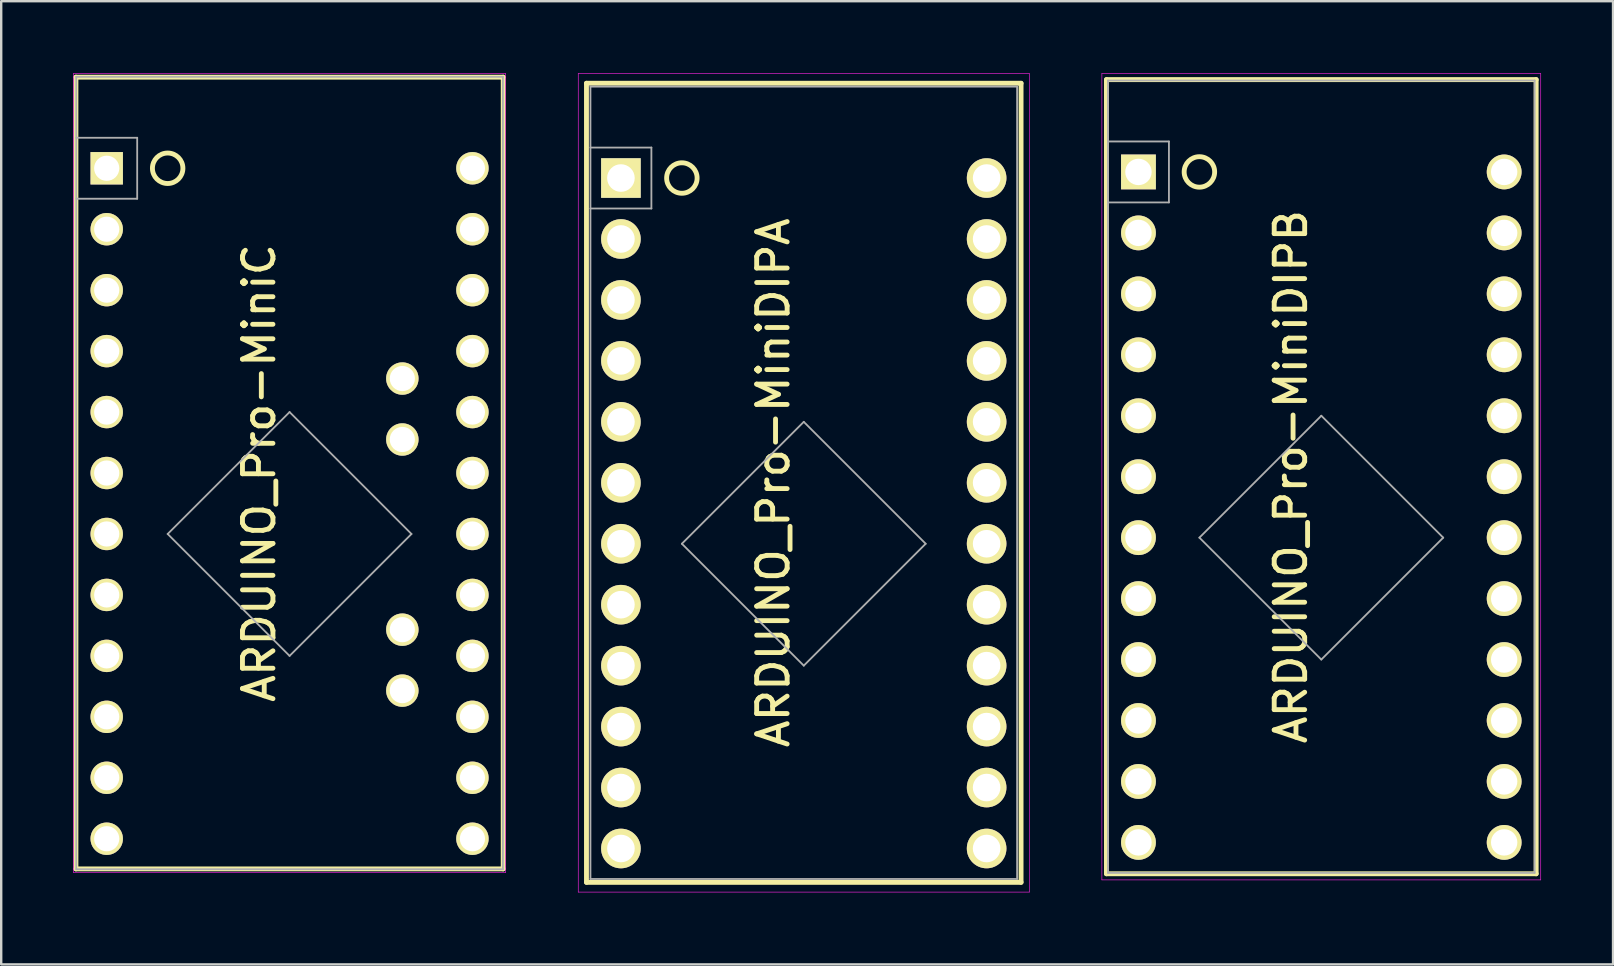
<source format=kicad_pcb>
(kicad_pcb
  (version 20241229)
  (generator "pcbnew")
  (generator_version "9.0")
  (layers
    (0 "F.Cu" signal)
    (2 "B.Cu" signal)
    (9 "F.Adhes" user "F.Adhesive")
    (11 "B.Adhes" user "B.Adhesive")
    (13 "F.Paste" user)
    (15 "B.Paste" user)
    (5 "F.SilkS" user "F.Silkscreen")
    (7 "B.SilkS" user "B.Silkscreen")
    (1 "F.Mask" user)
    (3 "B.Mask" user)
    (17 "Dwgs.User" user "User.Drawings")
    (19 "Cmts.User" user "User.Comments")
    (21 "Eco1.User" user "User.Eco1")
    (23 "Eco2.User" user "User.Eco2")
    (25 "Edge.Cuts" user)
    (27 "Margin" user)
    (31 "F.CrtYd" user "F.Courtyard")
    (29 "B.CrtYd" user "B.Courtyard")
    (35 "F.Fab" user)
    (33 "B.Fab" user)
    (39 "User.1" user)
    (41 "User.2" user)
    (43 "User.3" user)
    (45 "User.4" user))
  (footprint "ARDUINO_Pro-MiniC"
    (layer "F.Cu")
    (at 9.017 16.662)
    (property "Reference" "ARDUINO_Pro-MiniC" (at -1.27 0 90) (layer "F.SilkS") (effects (font (size 1.27 1.27) (thickness 0.203))))
    (attr through_hole)
    (fp_line (start -8.903 -16.497) (end 8.903 -16.497) (stroke (width 0.203) (type solid)) (layer "F.SilkS"))
    (fp_line (start -8.903 16.497) (end -8.903 -16.497) (stroke (width 0.203) (type solid)) (layer "F.SilkS"))
    (fp_line (start 8.903 -16.497) (end 8.903 16.497) (stroke (width 0.203) (type solid)) (layer "F.SilkS"))
    (fp_line (start 8.903 16.497) (end -8.903 16.497) (stroke (width 0.203) (type solid)) (layer "F.SilkS"))
    (fp_circle (center -5.08 -12.7) (end -4.445 -12.7) (stroke (width 0.203) (type solid)) (fill no) (layer "F.SilkS"))
    (fp_line (start -9.004 -16.65) (end 9.004 -16.65) (stroke (width 0.025) (type solid)) (layer "F.CrtYd"))
    (fp_line (start -9.004 16.65) (end -9.004 -16.65) (stroke (width 0.025) (type solid)) (layer "F.CrtYd"))
    (fp_line (start 9.004 -16.65) (end 9.004 16.65) (stroke (width 0.025) (type solid)) (layer "F.CrtYd"))
    (fp_line (start 9.004 16.65) (end -9.004 16.65) (stroke (width 0.025) (type solid)) (layer "F.CrtYd"))
    (fp_line (start -8.89 -16.51) (end 8.89 -16.51) (stroke (width 0.076) (type solid)) (layer "F.Fab"))
    (fp_line (start -8.89 -13.97) (end -6.35 -13.97) (stroke (width 0.076) (type solid)) (layer "F.Fab"))
    (fp_line (start -8.89 16.51) (end -8.89 -16.51) (stroke (width 0.076) (type solid)) (layer "F.Fab"))
    (fp_line (start -6.35 -13.97) (end -6.35 -11.43) (stroke (width 0.076) (type solid)) (layer "F.Fab"))
    (fp_line (start -6.35 -11.43) (end -8.89 -11.43) (stroke (width 0.076) (type solid)) (layer "F.Fab"))
    (fp_line (start -5.08 2.54) (end 0 7.62) (stroke (width 0.076) (type solid)) (layer "F.Fab"))
    (fp_line (start 0 -2.54) (end -5.08 2.54) (stroke (width 0.076) (type solid)) (layer "F.Fab"))
    (fp_line (start 0 7.62) (end 5.08 2.54) (stroke (width 0.076) (type solid)) (layer "F.Fab"))
    (fp_line (start 5.08 2.54) (end 0 -2.54) (stroke (width 0.076) (type solid)) (layer "F.Fab"))
    (fp_line (start 8.89 -16.51) (end 8.89 16.51) (stroke (width 0.076) (type solid)) (layer "F.Fab"))
    (fp_line (start 8.89 16.51) (end -8.89 16.51) (stroke (width 0.076) (type solid)) (layer "F.Fab"))
    (pad "1" thru_hole rect (at -7.62 -12.7) (size 1.35 1.35) (drill 1.05) (layers "*.Cu" "*.Mask" "F.SilkS"))
    (pad "2" thru_hole circle (at -7.62 -10.16) (size 1.35 1.35) (drill 1.05) (layers "*.Cu" "*.Mask" "F.SilkS"))
    (pad "3" thru_hole circle (at -7.62 -7.62) (size 1.35 1.35) (drill 1.05) (layers "*.Cu" "*.Mask" "F.SilkS"))
    (pad "4" thru_hole circle (at -7.62 -5.08) (size 1.35 1.35) (drill 1.05) (layers "*.Cu" "*.Mask" "F.SilkS"))
    (pad "5" thru_hole circle (at -7.62 -2.54) (size 1.35 1.35) (drill 1.05) (layers "*.Cu" "*.Mask" "F.SilkS"))
    (pad "6" thru_hole circle (at -7.62 0) (size 1.35 1.35) (drill 1.05) (layers "*.Cu" "*.Mask" "F.SilkS"))
    (pad "7" thru_hole circle (at -7.62 2.54) (size 1.35 1.35) (drill 1.05) (layers "*.Cu" "*.Mask" "F.SilkS"))
    (pad "8" thru_hole circle (at -7.62 5.08) (size 1.35 1.35) (drill 1.05) (layers "*.Cu" "*.Mask" "F.SilkS"))
    (pad "9" thru_hole circle (at -7.62 7.62) (size 1.35 1.35) (drill 1.05) (layers "*.Cu" "*.Mask" "F.SilkS"))
    (pad "10" thru_hole circle (at -7.62 10.16) (size 1.35 1.35) (drill 1.05) (layers "*.Cu" "*.Mask" "F.SilkS"))
    (pad "11" thru_hole circle (at -7.62 12.7) (size 1.35 1.35) (drill 1.05) (layers "*.Cu" "*.Mask" "F.SilkS"))
    (pad "12" thru_hole circle (at -7.62 15.24) (size 1.35 1.35) (drill 1.05) (layers "*.Cu" "*.Mask" "F.SilkS"))
    (pad "13" thru_hole circle (at 7.62 15.24) (size 1.35 1.35) (drill 1.05) (layers "*.Cu" "*.Mask" "F.SilkS"))
    (pad "14" thru_hole circle (at 7.62 12.7) (size 1.35 1.35) (drill 1.05) (layers "*.Cu" "*.Mask" "F.SilkS"))
    (pad "15" thru_hole circle (at 7.62 10.16) (size 1.35 1.35) (drill 1.05) (layers "*.Cu" "*.Mask" "F.SilkS"))
    (pad "16" thru_hole circle (at 7.62 7.62) (size 1.35 1.35) (drill 1.05) (layers "*.Cu" "*.Mask" "F.SilkS"))
    (pad "17" thru_hole circle (at 7.62 5.08) (size 1.35 1.35) (drill 1.05) (layers "*.Cu" "*.Mask" "F.SilkS"))
    (pad "18" thru_hole circle (at 7.62 2.54) (size 1.35 1.35) (drill 1.05) (layers "*.Cu" "*.Mask" "F.SilkS"))
    (pad "19" thru_hole circle (at 7.62 0) (size 1.35 1.35) (drill 1.05) (layers "*.Cu" "*.Mask" "F.SilkS"))
    (pad "20" thru_hole circle (at 7.62 -2.54) (size 1.35 1.35) (drill 1.05) (layers "*.Cu" "*.Mask" "F.SilkS"))
    (pad "21" thru_hole circle (at 7.62 -5.08) (size 1.35 1.35) (drill 1.05) (layers "*.Cu" "*.Mask" "F.SilkS"))
    (pad "22" thru_hole circle (at 7.62 -7.62) (size 1.35 1.35) (drill 1.05) (layers "*.Cu" "*.Mask" "F.SilkS"))
    (pad "23" thru_hole circle (at 7.62 -10.16) (size 1.35 1.35) (drill 1.05) (layers "*.Cu" "*.Mask" "F.SilkS"))
    (pad "24" thru_hole circle (at 7.62 -12.7) (size 1.35 1.35) (drill 1.05) (layers "*.Cu" "*.Mask" "F.SilkS"))
    (pad "A4" thru_hole circle (at 4.699 -1.397) (size 1.35 1.35) (drill 1.05) (layers "*.Cu" "*.Mask" "F.SilkS"))
    (pad "A5" thru_hole circle (at 4.699 -3.937) (size 1.35 1.35) (drill 1.05) (layers "*.Cu" "*.Mask" "F.SilkS"))
    (pad "A6" thru_hole circle (at 4.699 9.068) (size 1.35 1.35) (drill 1.05) (layers "*.Cu" "*.Mask" "F.SilkS"))
    (pad "A7" thru_hole circle (at 4.699 6.528) (size 1.35 1.35) (drill 1.05) (layers "*.Cu" "*.Mask" "F.SilkS")))
  (footprint "ARDUINO_Pro-MiniDIPA"
    (layer "F.Cu")
    (at 30.445 17.069)
    (property "Reference" "ARDUINO_Pro-MiniDIPA" (at -1.27 0 90) (layer "F.SilkS") (effects (font (size 1.27 1.27) (thickness 0.203))))
    (attr through_hole)
    (fp_line (start -9.055 -16.65) (end 9.055 -16.65) (stroke (width 0.203) (type solid)) (layer "F.SilkS"))
    (fp_line (start -9.055 16.65) (end -9.055 -16.65) (stroke (width 0.203) (type solid)) (layer "F.SilkS"))
    (fp_line (start 9.055 -16.65) (end 9.055 16.65) (stroke (width 0.203) (type solid)) (layer "F.SilkS"))
    (fp_line (start 9.055 16.65) (end -9.055 16.65) (stroke (width 0.203) (type solid)) (layer "F.SilkS"))
    (fp_circle (center -5.08 -12.7) (end -4.445 -12.7) (stroke (width 0.203) (type solid)) (fill no) (layer "F.SilkS"))
    (fp_line (start -9.398 -17.056) (end 9.398 -17.056) (stroke (width 0.025) (type solid)) (layer "F.CrtYd"))
    (fp_line (start -9.398 17.056) (end -9.398 -17.056) (stroke (width 0.025) (type solid)) (layer "F.CrtYd"))
    (fp_line (start 9.398 -17.056) (end 9.398 17.056) (stroke (width 0.025) (type solid)) (layer "F.CrtYd"))
    (fp_line (start 9.398 17.056) (end -9.398 17.056) (stroke (width 0.025) (type solid)) (layer "F.CrtYd"))
    (fp_line (start -8.89 -16.51) (end 8.89 -16.51) (stroke (width 0.076) (type solid)) (layer "F.Fab"))
    (fp_line (start -8.89 -13.97) (end -6.35 -13.97) (stroke (width 0.076) (type solid)) (layer "F.Fab"))
    (fp_line (start -8.89 16.51) (end -8.89 -16.51) (stroke (width 0.076) (type solid)) (layer "F.Fab"))
    (fp_line (start -6.35 -13.97) (end -6.35 -11.43) (stroke (width 0.076) (type solid)) (layer "F.Fab"))
    (fp_line (start -6.35 -11.43) (end -8.89 -11.43) (stroke (width 0.076) (type solid)) (layer "F.Fab"))
    (fp_line (start -5.08 2.54) (end 0 7.62) (stroke (width 0.076) (type solid)) (layer "F.Fab"))
    (fp_line (start 0 -2.54) (end -5.08 2.54) (stroke (width 0.076) (type solid)) (layer "F.Fab"))
    (fp_line (start 0 7.62) (end 5.08 2.54) (stroke (width 0.076) (type solid)) (layer "F.Fab"))
    (fp_line (start 5.08 2.54) (end 0 -2.54) (stroke (width 0.076) (type solid)) (layer "F.Fab"))
    (fp_line (start 8.89 -16.51) (end 8.89 16.51) (stroke (width 0.076) (type solid)) (layer "F.Fab"))
    (fp_line (start 8.89 16.51) (end -8.89 16.51) (stroke (width 0.076) (type solid)) (layer "F.Fab"))
    (pad "1" thru_hole rect (at -7.62 -12.7) (size 1.65 1.65) (drill 1.15) (layers "*.Cu" "*.Mask" "F.SilkS"))
    (pad "2" thru_hole circle (at -7.62 -10.16) (size 1.65 1.65) (drill 1.15) (layers "*.Cu" "*.Mask" "F.SilkS"))
    (pad "3" thru_hole circle (at -7.62 -7.62) (size 1.65 1.65) (drill 1.15) (layers "*.Cu" "*.Mask" "F.SilkS"))
    (pad "4" thru_hole circle (at -7.62 -5.08) (size 1.65 1.65) (drill 1.15) (layers "*.Cu" "*.Mask" "F.SilkS"))
    (pad "5" thru_hole circle (at -7.62 -2.54) (size 1.65 1.65) (drill 1.15) (layers "*.Cu" "*.Mask" "F.SilkS"))
    (pad "6" thru_hole circle (at -7.62 0) (size 1.65 1.65) (drill 1.15) (layers "*.Cu" "*.Mask" "F.SilkS"))
    (pad "7" thru_hole circle (at -7.62 2.54) (size 1.65 1.65) (drill 1.15) (layers "*.Cu" "*.Mask" "F.SilkS"))
    (pad "8" thru_hole circle (at -7.62 5.08) (size 1.65 1.65) (drill 1.15) (layers "*.Cu" "*.Mask" "F.SilkS"))
    (pad "9" thru_hole circle (at -7.62 7.62) (size 1.65 1.65) (drill 1.15) (layers "*.Cu" "*.Mask" "F.SilkS"))
    (pad "10" thru_hole circle (at -7.62 10.16) (size 1.65 1.65) (drill 1.15) (layers "*.Cu" "*.Mask" "F.SilkS"))
    (pad "11" thru_hole circle (at -7.62 12.7) (size 1.65 1.65) (drill 1.15) (layers "*.Cu" "*.Mask" "F.SilkS"))
    (pad "12" thru_hole circle (at -7.62 15.24) (size 1.65 1.65) (drill 1.15) (layers "*.Cu" "*.Mask" "F.SilkS"))
    (pad "13" thru_hole circle (at 7.62 15.24) (size 1.65 1.65) (drill 1.15) (layers "*.Cu" "*.Mask" "F.SilkS"))
    (pad "14" thru_hole circle (at 7.62 12.7) (size 1.65 1.65) (drill 1.15) (layers "*.Cu" "*.Mask" "F.SilkS"))
    (pad "15" thru_hole circle (at 7.62 10.16) (size 1.65 1.65) (drill 1.15) (layers "*.Cu" "*.Mask" "F.SilkS"))
    (pad "16" thru_hole circle (at 7.62 7.62) (size 1.65 1.65) (drill 1.15) (layers "*.Cu" "*.Mask" "F.SilkS"))
    (pad "17" thru_hole circle (at 7.62 5.08) (size 1.65 1.65) (drill 1.15) (layers "*.Cu" "*.Mask" "F.SilkS"))
    (pad "18" thru_hole circle (at 7.62 2.54) (size 1.65 1.65) (drill 1.15) (layers "*.Cu" "*.Mask" "F.SilkS"))
    (pad "19" thru_hole circle (at 7.62 0) (size 1.65 1.65) (drill 1.15) (layers "*.Cu" "*.Mask" "F.SilkS"))
    (pad "20" thru_hole circle (at 7.62 -2.54) (size 1.65 1.65) (drill 1.15) (layers "*.Cu" "*.Mask" "F.SilkS"))
    (pad "21" thru_hole circle (at 7.62 -5.08) (size 1.65 1.65) (drill 1.15) (layers "*.Cu" "*.Mask" "F.SilkS"))
    (pad "22" thru_hole circle (at 7.62 -7.62) (size 1.65 1.65) (drill 1.15) (layers "*.Cu" "*.Mask" "F.SilkS"))
    (pad "23" thru_hole circle (at 7.62 -10.16) (size 1.65 1.65) (drill 1.15) (layers "*.Cu" "*.Mask" "F.SilkS"))
    (pad "24" thru_hole circle (at 7.62 -12.7) (size 1.65 1.65) (drill 1.15) (layers "*.Cu" "*.Mask" "F.SilkS")))
  (footprint "ARDUINO_Pro-MiniDIPB"
    (layer "F.Cu")
    (at 52.012 16.815)
    (property "Reference" "ARDUINO_Pro-MiniDIPB" (at -1.27 0 90) (layer "F.SilkS") (effects (font (size 1.27 1.27) (thickness 0.203))))
    (attr through_hole)
    (fp_line (start -8.954 -16.548) (end 8.954 -16.548) (stroke (width 0.203) (type solid)) (layer "F.SilkS"))
    (fp_line (start -8.954 16.548) (end -8.954 -16.548) (stroke (width 0.203) (type solid)) (layer "F.SilkS"))
    (fp_line (start 8.954 -16.548) (end 8.954 16.548) (stroke (width 0.203) (type solid)) (layer "F.SilkS"))
    (fp_line (start 8.954 16.548) (end -8.954 16.548) (stroke (width 0.203) (type solid)) (layer "F.SilkS"))
    (fp_circle (center -5.08 -12.7) (end -4.445 -12.7) (stroke (width 0.203) (type solid)) (fill no) (layer "F.SilkS"))
    (fp_line (start -9.144 -16.802) (end 9.144 -16.802) (stroke (width 0.025) (type solid)) (layer "F.CrtYd"))
    (fp_line (start -9.144 16.802) (end -9.144 -16.802) (stroke (width 0.025) (type solid)) (layer "F.CrtYd"))
    (fp_line (start 9.144 -16.802) (end 9.144 16.802) (stroke (width 0.025) (type solid)) (layer "F.CrtYd"))
    (fp_line (start 9.144 16.802) (end -9.144 16.802) (stroke (width 0.025) (type solid)) (layer "F.CrtYd"))
    (fp_line (start -8.89 -16.51) (end 8.89 -16.51) (stroke (width 0.076) (type solid)) (layer "F.Fab"))
    (fp_line (start -8.89 -13.97) (end -6.35 -13.97) (stroke (width 0.076) (type solid)) (layer "F.Fab"))
    (fp_line (start -8.89 16.51) (end -8.89 -16.51) (stroke (width 0.076) (type solid)) (layer "F.Fab"))
    (fp_line (start -6.35 -13.97) (end -6.35 -11.43) (stroke (width 0.076) (type solid)) (layer "F.Fab"))
    (fp_line (start -6.35 -11.43) (end -8.89 -11.43) (stroke (width 0.076) (type solid)) (layer "F.Fab"))
    (fp_line (start -5.08 2.54) (end 0 7.62) (stroke (width 0.076) (type solid)) (layer "F.Fab"))
    (fp_line (start 0 -2.54) (end -5.08 2.54) (stroke (width 0.076) (type solid)) (layer "F.Fab"))
    (fp_line (start 0 7.62) (end 5.08 2.54) (stroke (width 0.076) (type solid)) (layer "F.Fab"))
    (fp_line (start 5.08 2.54) (end 0 -2.54) (stroke (width 0.076) (type solid)) (layer "F.Fab"))
    (fp_line (start 8.89 -16.51) (end 8.89 16.51) (stroke (width 0.076) (type solid)) (layer "F.Fab"))
    (fp_line (start 8.89 16.51) (end -8.89 16.51) (stroke (width 0.076) (type solid)) (layer "F.Fab"))
    (pad "1" thru_hole rect (at -7.62 -12.7) (size 1.45 1.45) (drill 1.1) (layers "*.Cu" "*.Mask" "F.SilkS"))
    (pad "2" thru_hole circle (at -7.62 -10.16) (size 1.45 1.45) (drill 1.1) (layers "*.Cu" "*.Mask" "F.SilkS"))
    (pad "3" thru_hole circle (at -7.62 -7.62) (size 1.45 1.45) (drill 1.1) (layers "*.Cu" "*.Mask" "F.SilkS"))
    (pad "4" thru_hole circle (at -7.62 -5.08) (size 1.45 1.45) (drill 1.1) (layers "*.Cu" "*.Mask" "F.SilkS"))
    (pad "5" thru_hole circle (at -7.62 -2.54) (size 1.45 1.45) (drill 1.1) (layers "*.Cu" "*.Mask" "F.SilkS"))
    (pad "6" thru_hole circle (at -7.62 0) (size 1.45 1.45) (drill 1.1) (layers "*.Cu" "*.Mask" "F.SilkS"))
    (pad "7" thru_hole circle (at -7.62 2.54) (size 1.45 1.45) (drill 1.1) (layers "*.Cu" "*.Mask" "F.SilkS"))
    (pad "8" thru_hole circle (at -7.62 5.08) (size 1.45 1.45) (drill 1.1) (layers "*.Cu" "*.Mask" "F.SilkS"))
    (pad "9" thru_hole circle (at -7.62 7.62) (size 1.45 1.45) (drill 1.1) (layers "*.Cu" "*.Mask" "F.SilkS"))
    (pad "10" thru_hole circle (at -7.62 10.16) (size 1.45 1.45) (drill 1.1) (layers "*.Cu" "*.Mask" "F.SilkS"))
    (pad "11" thru_hole circle (at -7.62 12.7) (size 1.45 1.45) (drill 1.1) (layers "*.Cu" "*.Mask" "F.SilkS"))
    (pad "12" thru_hole circle (at -7.62 15.24) (size 1.45 1.45) (drill 1.1) (layers "*.Cu" "*.Mask" "F.SilkS"))
    (pad "13" thru_hole circle (at 7.62 15.24) (size 1.45 1.45) (drill 1.1) (layers "*.Cu" "*.Mask" "F.SilkS"))
    (pad "14" thru_hole circle (at 7.62 12.7) (size 1.45 1.45) (drill 1.1) (layers "*.Cu" "*.Mask" "F.SilkS"))
    (pad "15" thru_hole circle (at 7.62 10.16) (size 1.45 1.45) (drill 1.1) (layers "*.Cu" "*.Mask" "F.SilkS"))
    (pad "16" thru_hole circle (at 7.62 7.62) (size 1.45 1.45) (drill 1.1) (layers "*.Cu" "*.Mask" "F.SilkS"))
    (pad "17" thru_hole circle (at 7.62 5.08) (size 1.45 1.45) (drill 1.1) (layers "*.Cu" "*.Mask" "F.SilkS"))
    (pad "18" thru_hole circle (at 7.62 2.54) (size 1.45 1.45) (drill 1.1) (layers "*.Cu" "*.Mask" "F.SilkS"))
    (pad "19" thru_hole circle (at 7.62 0) (size 1.45 1.45) (drill 1.1) (layers "*.Cu" "*.Mask" "F.SilkS"))
    (pad "20" thru_hole circle (at 7.62 -2.54) (size 1.45 1.45) (drill 1.1) (layers "*.Cu" "*.Mask" "F.SilkS"))
    (pad "21" thru_hole circle (at 7.62 -5.08) (size 1.45 1.45) (drill 1.1) (layers "*.Cu" "*.Mask" "F.SilkS"))
    (pad "22" thru_hole circle (at 7.62 -7.62) (size 1.45 1.45) (drill 1.1) (layers "*.Cu" "*.Mask" "F.SilkS"))
    (pad "23" thru_hole circle (at 7.62 -10.16) (size 1.45 1.45) (drill 1.1) (layers "*.Cu" "*.Mask" "F.SilkS"))
    (pad "24" thru_hole circle (at 7.62 -12.7) (size 1.45 1.45) (drill 1.1) (layers "*.Cu" "*.Mask" "F.SilkS")))
  (gr_rect
    (start -3 -3)
    (end 64.169 37.138)
    (stroke (width 0.1) (type default))
    (fill no)
    (layer "Edge.Cuts")))
</source>
